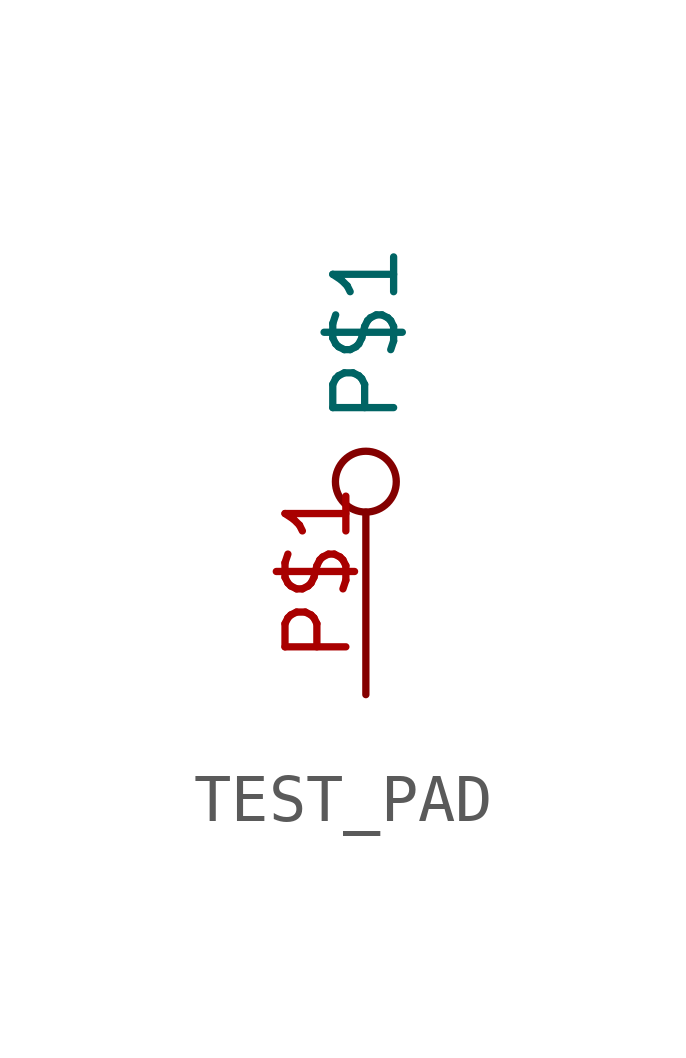
<source format=kicad_sym>
(kicad_symbol_lib
  (version 20220914)
  (generator kicad_symbol_editor)
  (symbol "TEST_PAD"
    (property "Reference" ""
      (at 0 0 0)
      (effects (font (size 1.27 1.27)) hide))
    (property "ki_locked" ""
      (at 0 0 0)
      (effects (font (size 1.27 1.27))))
    (symbol "TEST_PAD_1_0"
      (pin bidirectional inverted (at 0 0 90) (length 5.08) (name "P$1" (effects (font (size 1.27 1.27)))) (number "P$1" (effects (font (size 1.27 1.27))))))))
</source>
